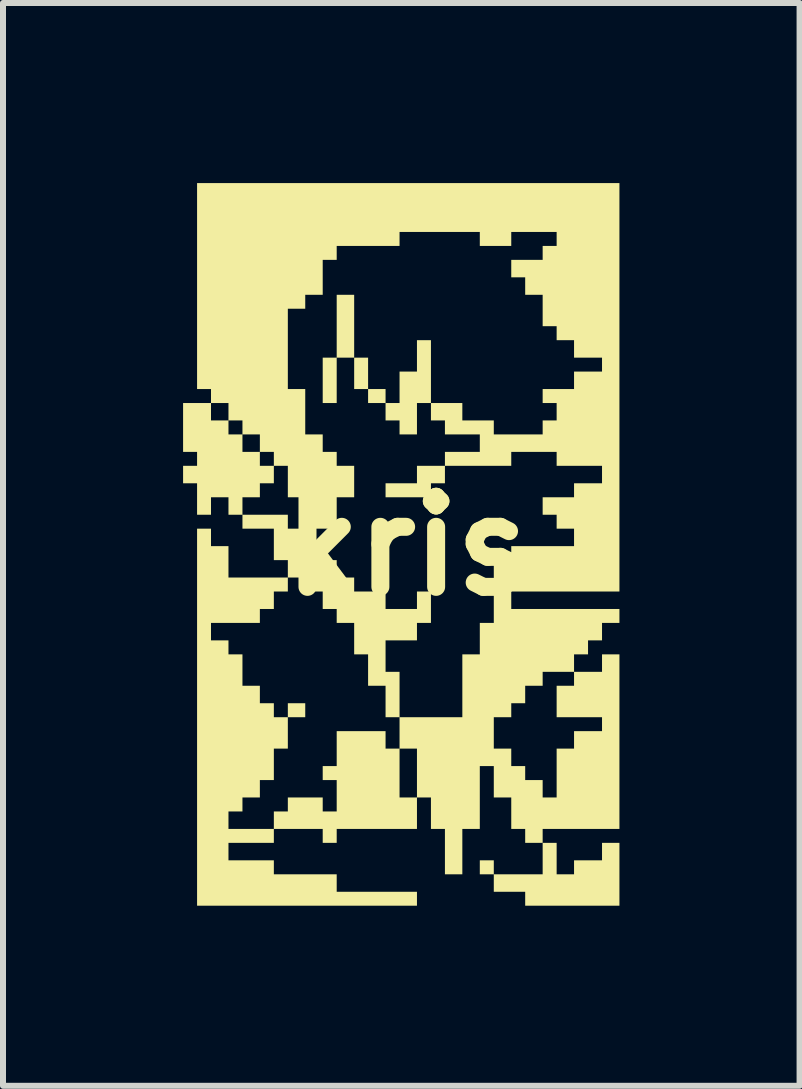
<source format=kicad_pcb>
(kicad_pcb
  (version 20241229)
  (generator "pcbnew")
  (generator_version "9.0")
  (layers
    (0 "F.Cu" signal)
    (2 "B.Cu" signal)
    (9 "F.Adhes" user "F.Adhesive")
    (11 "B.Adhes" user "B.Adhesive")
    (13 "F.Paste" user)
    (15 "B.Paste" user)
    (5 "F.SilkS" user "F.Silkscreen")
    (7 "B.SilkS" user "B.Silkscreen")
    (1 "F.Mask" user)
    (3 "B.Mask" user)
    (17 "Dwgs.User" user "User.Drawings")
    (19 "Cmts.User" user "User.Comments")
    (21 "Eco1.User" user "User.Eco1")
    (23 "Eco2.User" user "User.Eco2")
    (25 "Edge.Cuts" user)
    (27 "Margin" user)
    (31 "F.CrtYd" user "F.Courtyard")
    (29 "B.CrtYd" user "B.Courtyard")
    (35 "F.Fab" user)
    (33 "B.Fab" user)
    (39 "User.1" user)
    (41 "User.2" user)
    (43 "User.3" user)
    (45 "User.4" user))
  (footprint "kris"
    (layer "F.Cu")
    (at 3.751 6.048)
    (property "Reference" "kris" (at 0 0 0) (layer "F.SilkS") (effects (font (size 1.5 1.5) (thickness 0.3))))
    (attr board_only exclude_from_pos_files exclude_from_bom)
    (fp_poly (pts (xy -1.716 2.733) (xy -1.716 2.85) (xy -1.861 2.85) (xy -2.006 2.85) (xy -2.006 2.733) (xy -2.006 2.617) (xy -1.861 2.617) (xy -1.716 2.617)) (stroke (width 0) (type solid)) (fill yes) (layer "F.SilkS"))
    (fp_poly (pts (xy -0.669 -2.879) (xy -0.669 -2.617) (xy -0.785 -2.617) (xy -0.901 -2.617) (xy -0.901 -2.879) (xy -0.901 -3.14) (xy -0.785 -3.14) (xy -0.669 -3.14)) (stroke (width 0) (type solid)) (fill yes) (layer "F.SilkS"))
    (fp_poly (pts (xy -0.901 -3.664) (xy -0.901 -3.14) (xy -1.047 -3.14) (xy -1.192 -3.14) (xy -1.192 -2.762) (xy -1.192 -2.384) (xy -1.309 -2.384) (xy -1.425 -2.384) (xy -1.425 -2.762) (xy -1.425 -3.14) (xy -1.309 -3.14) (xy -1.192 -3.14) (xy -1.192 -3.664) (xy -1.192 -4.187) (xy -1.047 -4.187) (xy -0.901 -4.187)) (stroke (width 0) (type solid)) (fill yes) (layer "F.SilkS"))
    (fp_poly (pts (xy 0.611 -1.192) (xy 0.611 -1.047) (xy 0.494 -1.047) (xy 0.378 -1.047) (xy 0.378 -0.931) (xy 0.378 -0.814) (xy 0 -0.814) (xy -0.378 -0.814) (xy -0.378 -0.931) (xy -0.378 -1.047) (xy -0.116 -1.047) (xy 0.145 -1.047) (xy 0.145 -1.192) (xy 0.145 -1.338) (xy 0.378 -1.338) (xy 0.611 -1.338)) (stroke (width 0) (type solid)) (fill yes) (layer "F.SilkS"))
    (fp_poly (pts (xy 0.378 -2.908) (xy 0.378 -2.384) (xy 0.262 -2.384) (xy 0.145 -2.384) (xy 0.145 -2.123) (xy 0.145 -1.861) (xy 0 -1.861) (xy -0.145 -1.861) (xy -0.145 -1.977) (xy -0.145 -2.094) (xy -0.262 -2.094) (xy -0.378 -2.094) (xy -0.378 -2.239) (xy -0.378 -2.384) (xy -0.523 -2.384) (xy -0.669 -2.384) (xy -0.669 -2.501) (xy -0.669 -2.617) (xy -0.523 -2.617) (xy -0.378 -2.617) (xy -0.378 -2.501) (xy -0.378 -2.384) (xy -0.262 -2.384) (xy -0.145 -2.384) (xy -0.145 -2.646) (xy -0.145 -2.908) (xy 0 -2.908) (xy 0.145 -2.908) (xy 0.145 -3.17) (xy 0.145 -3.431) (xy 0.262 -3.431) (xy 0.378 -3.431)) (stroke (width 0) (type solid)) (fill yes) (layer "F.SilkS"))
    (fp_poly (pts (xy 2.472 5.205) (xy 2.472 5.467) (xy 2.617 5.467) (xy 2.762 5.467) (xy 2.762 5.35) (xy 2.762 5.234) (xy 2.995 5.234) (xy 3.228 5.234) (xy 3.228 5.089) (xy 3.228 4.943) (xy 3.373 4.943) (xy 3.518 4.943) (xy 3.518 5.467) (xy 3.518 5.99) (xy 2.733 5.99) (xy 1.948 5.99) (xy 1.948 5.874) (xy 1.948 5.758) (xy 1.687 5.758) (xy 1.425 5.758) (xy 1.425 5.612) (xy 1.425 5.467) (xy 1.309 5.467) (xy 1.192 5.467) (xy 1.192 5.35) (xy 1.192 5.234) (xy 1.309 5.234) (xy 1.425 5.234) (xy 1.425 5.35) (xy 1.425 5.467) (xy 1.832 5.467) (xy 2.239 5.467) (xy 2.239 5.205) (xy 2.239 4.943) (xy 2.355 4.943) (xy 2.472 4.943)) (stroke (width 0) (type solid)) (fill yes) (layer "F.SilkS"))
    (fp_poly (pts (xy 3.518 -2.646) (xy 3.518 0.756) (xy 2.617 0.756) (xy 1.716 0.756) (xy 1.716 0.901) (xy 1.716 1.047) (xy 2.617 1.047) (xy 3.518 1.047) (xy 3.518 1.163) (xy 3.518 1.279) (xy 3.373 1.279) (xy 3.228 1.279) (xy 3.228 1.425) (xy 3.228 1.57) (xy 3.111 1.57) (xy 2.995 1.57) (xy 2.995 1.687) (xy 2.995 1.803) (xy 2.879 1.803) (xy 2.762 1.803) (xy 2.762 1.948) (xy 2.762 2.094) (xy 2.995 2.094) (xy 3.228 2.094) (xy 3.228 1.948) (xy 3.228 1.803) (xy 3.373 1.803) (xy 3.518 1.803) (xy 3.518 3.257) (xy 3.518 4.711) (xy 2.879 4.711) (xy 2.239 4.711) (xy 2.239 4.827) (xy 2.239 4.943) (xy 2.094 4.943) (xy 1.948 4.943) (xy 1.948 4.827) (xy 1.948 4.711) (xy 1.832 4.711) (xy 1.716 4.711) (xy 1.716 4.449) (xy 1.716 4.187) (xy 1.57 4.187) (xy 1.425 4.187) (xy 1.425 3.926) (xy 1.425 3.664) (xy 1.309 3.664) (xy 1.192 3.664) (xy 1.192 4.187) (xy 1.192 4.711) (xy 1.047 4.711) (xy 0.901 4.711) (xy 0.901 5.089) (xy 0.901 5.467) (xy 0.756 5.467) (xy 0.611 5.467) (xy 0.611 5.089) (xy 0.611 4.711) (xy 0.494 4.711) (xy 0.378 4.711) (xy 0.378 4.449) (xy 0.378 4.187) (xy 0.262 4.187) (xy 0.145 4.187) (xy 0.145 4.449) (xy 0.145 4.711) (xy -0.523 4.711) (xy -1.192 4.711) (xy -1.192 4.827) (xy -1.192 4.943) (xy -1.309 4.943) (xy -1.425 4.943) (xy -1.425 4.827) (xy -1.425 4.711) (xy -1.832 4.711) (xy -2.239 4.711) (xy -2.239 4.827) (xy -2.239 4.943) (xy -2.617 4.943) (xy -2.995 4.943) (xy -2.995 5.089) (xy -2.995 5.234) (xy -2.617 5.234) (xy -2.239 5.234) (xy -2.239 5.35) (xy -2.239 5.467) (xy -1.716 5.467) (xy -1.192 5.467) (xy -1.192 5.612) (xy -1.192 5.758) (xy -0.523 5.758) (xy 0.145 5.758) (xy 0.145 5.874) (xy 0.145 5.99) (xy -1.687 5.99) (xy -3.518 5.99) (xy -3.518 2.85) (xy -3.518 -0.291) (xy -3.402 -0.291) (xy -3.286 -0.291) (xy -3.286 -0.145) (xy -3.286 -0.000001) (xy -3.14 -0.000001) (xy -2.995 -0.000001) (xy -2.995 0.262) (xy -2.995 0.523) (xy -2.501 0.523) (xy -2.006 0.523) (xy -2.006 0.378) (xy -2.006 0.233) (xy -2.123 0.233) (xy -2.239 0.233) (xy -2.239 -0.029) (xy -2.239 -0.291) (xy -2.501 -0.291) (xy -2.762 -0.291) (xy -2.762 -0.407) (xy -2.762 -0.523) (xy -2.384 -0.523) (xy -2.006 -0.523) (xy -2.006 -0.407) (xy -2.006 -0.291) (xy -1.861 -0.291) (xy -1.716 -0.291) (xy -1.716 -0.145) (xy -1.716 -0.000001) (xy -1.57 -0.000001) (xy -1.425 -0.000001) (xy -1.425 0.116) (xy -1.425 0.233) (xy -1.309 0.233) (xy -1.192 0.233) (xy -1.192 0.378) (xy -1.192 0.523) (xy -1.047 0.523) (xy -0.901 0.523) (xy -0.901 0.64) (xy -0.901 0.756) (xy -0.64 0.756) (xy -0.378 0.756) (xy -0.378 0.901) (xy -0.378 1.047) (xy -0.116 1.047) (xy 0.145 1.047) (xy 0.145 0.901) (xy 0.145 0.756) (xy 0.262 0.756) (xy 0.378 0.756) (xy 0.378 1.018) (xy 0.378 1.279) (xy 0.262 1.279) (xy 0.145 1.279) (xy 0.145 1.425) (xy 0.145 1.57) (xy -0.116 1.57) (xy -0.378 1.57) (xy -0.378 1.832) (xy -0.378 2.094) (xy -0.262 2.094) (xy -0.145 2.094) (xy -0.145 2.472) (xy -0.145 2.85) (xy -0.262 2.85) (xy -0.378 2.85) (xy -0.378 2.588) (xy -0.378 2.326) (xy -0.523 2.326) (xy -0.669 2.326) (xy -0.669 2.065) (xy -0.669 1.803) (xy -0.785 1.803) (xy -0.901 1.803) (xy -0.901 1.541) (xy -0.901 1.279) (xy -1.047 1.279) (xy -1.192 1.279) (xy -1.192 1.163) (xy -1.192 1.047) (xy -1.309 1.047) (xy -1.425 1.047) (xy -1.425 0.901) (xy -1.425 0.756) (xy -1.57 0.756) (xy -1.716 0.756) (xy -1.716 0.64) (xy -1.716 0.523) (xy -1.861 0.523) (xy -2.006 0.523) (xy -2.006 0.64) (xy -2.006 0.756) (xy -2.123 0.756) (xy -2.239 0.756) (xy -2.239 0.901) (xy -2.239 1.047) (xy -2.355 1.047) (xy -2.472 1.047) (xy -2.472 1.163) (xy -2.472 1.279) (xy -2.879 1.279) (xy -3.286 1.279) (xy -3.286 1.425) (xy -3.286 1.57) (xy -3.14 1.57) (xy -2.995 1.57) (xy -2.995 1.687) (xy -2.995 1.803) (xy -2.879 1.803) (xy -2.762 1.803) (xy -2.762 2.065) (xy -2.762 2.326) (xy -2.617 2.326) (xy -2.472 2.326) (xy -2.472 2.472) (xy -2.472 2.617) (xy -2.355 2.617) (xy -2.239 2.617) (xy -2.239 2.733) (xy -2.239 2.85) (xy -2.123 2.85) (xy -2.006 2.85) (xy -2.006 3.111) (xy -2.006 3.373) (xy -2.123 3.373) (xy -2.239 3.373) (xy -2.239 3.635) (xy -2.239 3.897) (xy -2.355 3.897) (xy -2.472 3.897) (xy -2.472 4.042) (xy -2.472 4.187) (xy -2.617 4.187) (xy -2.762 4.187) (xy -2.762 4.304) (xy -2.762 4.42) (xy -2.879 4.42) (xy -2.995 4.42) (xy -2.995 4.565) (xy -2.995 4.711) (xy -2.617 4.711) (xy -2.239 4.711) (xy -2.239 4.565) (xy -2.239 4.42) (xy -2.123 4.42) (xy -2.006 4.42) (xy -2.006 4.304) (xy -2.006 4.187) (xy -1.716 4.187) (xy -1.425 4.187) (xy -1.425 4.304) (xy -1.425 4.42) (xy -1.309 4.42) (xy -1.192 4.42) (xy -1.192 4.158) (xy -1.192 3.897) (xy -1.309 3.897) (xy -1.425 3.897) (xy -1.425 3.78) (xy -0.145 3.78) (xy -0.145 4.187) (xy 0 4.187) (xy 0.145 4.187) (xy 0.145 3.78) (xy 0.145 3.373) (xy 0 3.373) (xy -0.145 3.373) (xy -0.145 3.78) (xy -1.425 3.78) (xy -1.425 3.664) (xy -1.309 3.664) (xy -1.192 3.664) (xy -1.192 3.373) (xy -1.192 3.082) (xy -0.785 3.082) (xy -0.378 3.082) (xy -0.378 3.228) (xy -0.378 3.373) (xy -0.262 3.373) (xy -0.145 3.373) (xy -0.145 3.111) (xy -0.145 2.85) (xy 0.378 2.85) (xy 0.901 2.85) (xy 1.425 2.85) (xy 1.425 3.111) (xy 1.425 3.373) (xy 1.57 3.373) (xy 1.716 3.373) (xy 1.716 3.518) (xy 1.716 3.664) (xy 1.832 3.664) (xy 1.948 3.664) (xy 1.948 3.78) (xy 1.948 3.897) (xy 2.094 3.897) (xy 2.239 3.897) (xy 2.239 4.042) (xy 2.239 4.187) (xy 2.355 4.187) (xy 2.472 4.187) (xy 2.472 3.78) (xy 2.472 3.373) (xy 2.617 3.373) (xy 2.762 3.373) (xy 2.762 3.228) (xy 2.762 3.082) (xy 2.995 3.082) (xy 3.228 3.082) (xy 3.228 2.966) (xy 3.228 2.85) (xy 2.85 2.85) (xy 2.472 2.85) (xy 2.472 2.588) (xy 2.472 2.326) (xy 2.617 2.326) (xy 2.762 2.326) (xy 2.762 2.21) (xy 2.762 2.094) (xy 2.501 2.094) (xy 2.239 2.094) (xy 2.239 2.21) (xy 2.239 2.326) (xy 2.094 2.326) (xy 1.948 2.326) (xy 1.948 2.472) (xy 1.948 2.617) (xy 1.832 2.617) (xy 1.716 2.617) (xy 1.716 2.733) (xy 1.716 2.85) (xy 1.57 2.85) (xy 1.425 2.85) (xy 0.901 2.85) (xy 0.901 2.326) (xy 0.901 1.803) (xy 1.047 1.803) (xy 1.192 1.803) (xy 1.192 1.541) (xy 1.192 1.279) (xy 1.309 1.279) (xy 1.425 1.279) (xy 1.425 0.756) (xy 1.425 0.233) (xy 1.57 0.233) (xy 1.716 0.233) (xy 1.716 0.116) (xy 1.716 -0.000001) (xy 2.239 -0.000001) (xy 2.762 -0.000001) (xy 2.762 -0.145) (xy 2.762 -0.291) (xy 2.617 -0.291) (xy 2.472 -0.291) (xy 2.472 -0.407) (xy 2.472 -0.523) (xy 2.355 -0.523) (xy 2.239 -0.523) (xy 2.239 -0.669) (xy 2.239 -0.814) (xy 2.501 -0.814) (xy 2.762 -0.814) (xy 2.762 -0.931) (xy 2.762 -1.047) (xy 2.995 -1.047) (xy 3.228 -1.047) (xy 3.228 -1.192) (xy 3.228 -1.338) (xy 2.85 -1.338) (xy 2.472 -1.338) (xy 2.472 -1.454) (xy 2.472 -1.57) (xy 2.094 -1.57) (xy 1.716 -1.57) (xy 1.716 -1.454) (xy 1.716 -1.338) (xy 1.163 -1.338) (xy 0.611 -1.338) (xy 0.611 -1.454) (xy 0.611 -1.57) (xy 0.901 -1.57) (xy 1.192 -1.57) (xy 1.192 -1.716) (xy 1.192 -1.861) (xy 0.901 -1.861) (xy 0.611 -1.861) (xy 0.611 -1.977) (xy 0.611 -2.094) (xy 0.494 -2.094) (xy 0.378 -2.094) (xy 0.378 -2.239) (xy 0.378 -2.384) (xy 0.64 -2.384) (xy 0.901 -2.384) (xy 0.901 -2.239) (xy 0.901 -2.094) (xy 1.163 -2.094) (xy 1.425 -2.094) (xy 1.425 -1.977) (xy 1.425 -1.861) (xy 1.832 -1.861) (xy 2.239 -1.861) (xy 2.239 -1.977) (xy 2.239 -2.094) (xy 2.355 -2.094) (xy 2.472 -2.094) (xy 2.472 -2.239) (xy 2.472 -2.384) (xy 2.355 -2.384) (xy 2.239 -2.384) (xy 2.239 -2.501) (xy 2.239 -2.617) (xy 2.501 -2.617) (xy 2.762 -2.617) (xy 2.762 -2.762) (xy 2.762 -2.908) (xy 2.995 -2.908) (xy 3.228 -2.908) (xy 3.228 -3.024) (xy 3.228 -3.14) (xy 2.995 -3.14) (xy 2.762 -3.14) (xy 2.762 -3.286) (xy 2.762 -3.431) (xy 2.617 -3.431) (xy 2.472 -3.431) (xy 2.472 -3.548) (xy 2.472 -3.664) (xy 2.355 -3.664) (xy 2.239 -3.664) (xy 2.239 -3.926) (xy 2.239 -4.187) (xy 2.094 -4.187) (xy 1.948 -4.187) (xy 1.948 -4.333) (xy 1.948 -4.478) (xy 1.832 -4.478) (xy 1.716 -4.478) (xy 1.716 -4.623) (xy 1.716 -4.769) (xy 1.977 -4.769) (xy 2.239 -4.769) (xy 2.239 -4.885) (xy 2.239 -5.001) (xy 2.355 -5.001) (xy 2.472 -5.001) (xy 2.472 -5.118) (xy 2.472 -5.234) (xy 2.094 -5.234) (xy 1.716 -5.234) (xy 1.716 -5.118) (xy 1.716 -5.001) (xy 1.454 -5.001) (xy 1.192 -5.001) (xy 1.192 -5.118) (xy 1.192 -5.234) (xy 0.523 -5.234) (xy -0.145 -5.234) (xy -0.145 -5.118) (xy -0.145 -5.001) (xy -0.669 -5.001) (xy -1.192 -5.001) (xy -1.192 -4.885) (xy -1.192 -4.769) (xy -1.309 -4.769) (xy -1.425 -4.769) (xy -1.425 -4.478) (xy -1.425 -4.187) (xy -1.57 -4.187) (xy -1.716 -4.187) (xy -1.716 -4.071) (xy -1.716 -3.955) (xy -1.861 -3.955) (xy -2.006 -3.955) (xy -2.006 -3.286) (xy -2.006 -2.617) (xy -1.861 -2.617) (xy -1.716 -2.617) (xy -1.716 -2.239) (xy -1.716 -1.861) (xy -1.57 -1.861) (xy -1.425 -1.861) (xy -1.425 -1.716) (xy -1.425 -1.57) (xy -1.309 -1.57) (xy -1.192 -1.57) (xy -1.192 -1.454) (xy -1.192 -1.338) (xy -1.047 -1.338) (xy -0.901 -1.338) (xy -0.901 -1.076) (xy -0.901 -0.814) (xy -1.047 -0.814) (xy -1.192 -0.814) (xy -1.192 -0.552) (xy -1.192 -0.291) (xy -1.454 -0.291) (xy -1.716 -0.291) (xy -1.716 -0.552) (xy -1.716 -0.814) (xy -1.861 -0.814) (xy -2.006 -0.814) (xy -2.006 -1.076) (xy -2.006 -1.338) (xy -2.123 -1.338) (xy -2.239 -1.338) (xy -2.239 -1.192) (xy -2.239 -1.047) (xy -2.355 -1.047) (xy -2.472 -1.047) (xy -2.472 -0.931) (xy -2.472 -0.814) (xy -2.617 -0.814) (xy -2.762 -0.814) (xy -2.762 -0.669) (xy -2.762 -0.523) (xy -2.879 -0.523) (xy -2.995 -0.523) (xy -2.995 -0.669) (xy -2.995 -0.814) (xy -3.14 -0.814) (xy -3.286 -0.814) (xy -3.286 -0.669) (xy -3.286 -0.523) (xy -3.402 -0.523) (xy -3.518 -0.523) (xy -3.518 -0.785) (xy -3.518 -1.047) (xy -3.635 -1.047) (xy -3.751 -1.047) (xy -3.751 -1.192) (xy -3.751 -1.338) (xy -3.635 -1.338) (xy -3.518 -1.338) (xy -3.518 -1.454) (xy -2.472 -1.454) (xy -2.472 -1.338) (xy -2.355 -1.338) (xy -2.239 -1.338) (xy -2.239 -1.454) (xy -2.239 -1.57) (xy -2.355 -1.57) (xy -2.472 -1.57) (xy -2.472 -1.454) (xy -3.518 -1.454) (xy -3.518 -1.57) (xy -3.635 -1.57) (xy -3.751 -1.57) (xy -3.751 -1.716) (xy -2.762 -1.716) (xy -2.762 -1.57) (xy -2.617 -1.57) (xy -2.472 -1.57) (xy -2.472 -1.716) (xy -2.472 -1.861) (xy -2.617 -1.861) (xy -2.762 -1.861) (xy -2.762 -1.716) (xy -3.751 -1.716) (xy -3.751 -1.977) (xy -2.995 -1.977) (xy -2.995 -1.861) (xy -2.879 -1.861) (xy -2.762 -1.861) (xy -2.762 -1.977) (xy -2.762 -2.094) (xy -2.879 -2.094) (xy -2.995 -2.094) (xy -2.995 -1.977) (xy -3.751 -1.977) (xy -3.751 -2.239) (xy -3.286 -2.239) (xy -3.286 -2.094) (xy -3.14 -2.094) (xy -2.995 -2.094) (xy -2.995 -2.239) (xy -2.995 -2.384) (xy -3.14 -2.384) (xy -3.286 -2.384) (xy -3.286 -2.239) (xy -3.751 -2.239) (xy -3.751 -2.384) (xy -3.518 -2.384) (xy -3.286 -2.384) (xy -3.286 -2.501) (xy -3.286 -2.617) (xy -3.402 -2.617) (xy -3.518 -2.617) (xy -3.518 -4.333) (xy -3.518 -6.048) (xy 0 -6.048) (xy 3.518 -6.048)) (stroke (width 0) (type solid)) (fill yes) (layer "F.SilkS")))
  (gr_rect
    (start -3 -3)
    (end 10.27 15.038)
    (stroke (width 0.1) (type default))
    (fill no)
    (layer "Edge.Cuts")))
</source>
